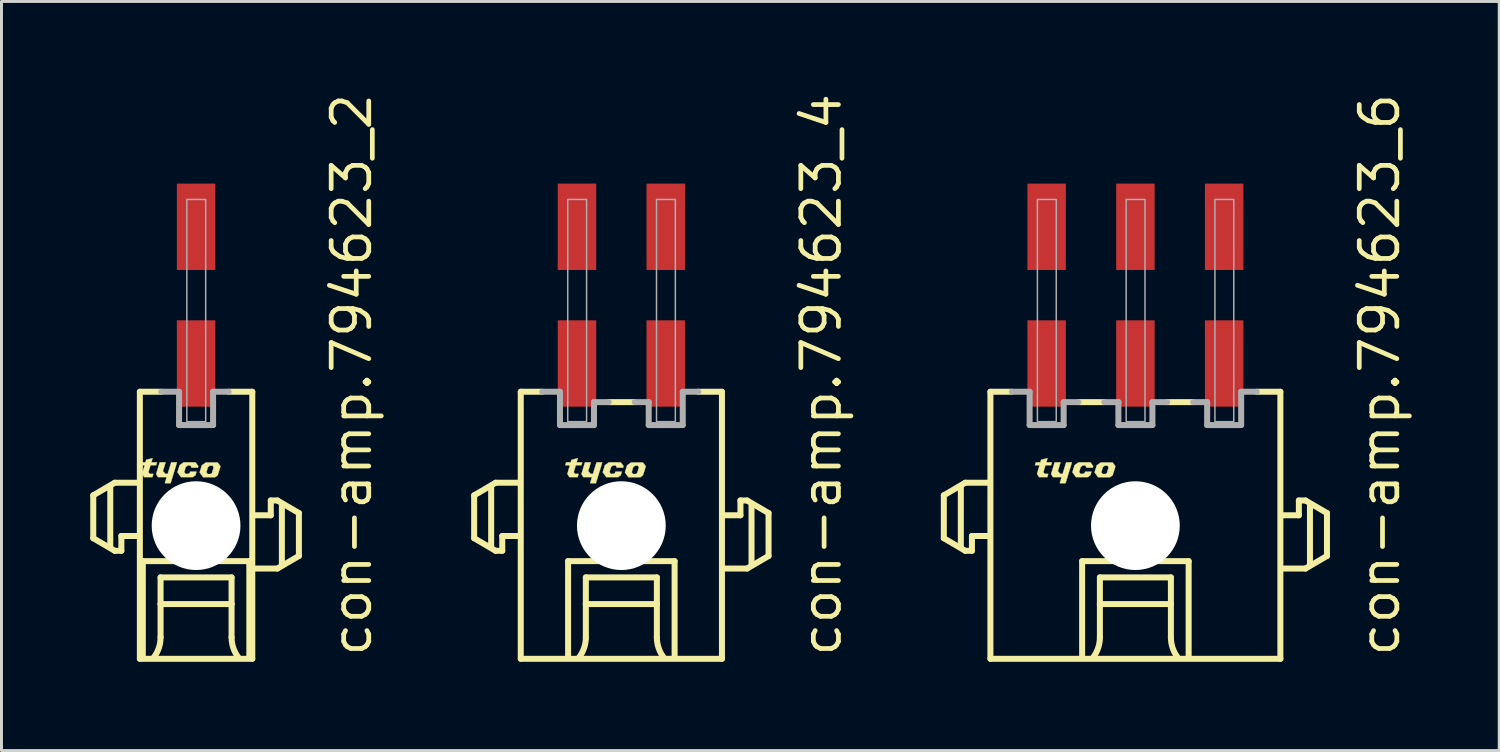
<source format=kicad_pcb>
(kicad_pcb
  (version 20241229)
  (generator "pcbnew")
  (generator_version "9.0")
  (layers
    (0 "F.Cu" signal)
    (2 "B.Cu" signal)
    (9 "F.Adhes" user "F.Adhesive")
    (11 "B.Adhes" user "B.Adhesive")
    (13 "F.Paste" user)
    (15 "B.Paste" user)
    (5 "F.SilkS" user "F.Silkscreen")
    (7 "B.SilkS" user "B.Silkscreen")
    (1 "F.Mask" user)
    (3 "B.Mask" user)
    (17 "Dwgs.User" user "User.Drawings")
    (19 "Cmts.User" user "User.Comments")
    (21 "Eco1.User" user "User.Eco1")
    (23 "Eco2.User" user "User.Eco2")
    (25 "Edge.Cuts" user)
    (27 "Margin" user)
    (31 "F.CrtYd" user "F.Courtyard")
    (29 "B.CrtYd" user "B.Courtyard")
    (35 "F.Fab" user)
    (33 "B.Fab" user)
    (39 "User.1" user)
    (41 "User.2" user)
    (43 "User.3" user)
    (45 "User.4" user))
  (footprint "con-amp.794623_2"
    (layer "F.Cu")
    (at 3.577 14.716)
    (property "Reference" "con-amp.794623_2" (at 6 4.5 90) (layer "F.SilkS") (effects (font (size 1.27 1.27) (thickness 0.16)) (justify left bottom)))
    (attr smd)
    (fp_line (start -3.475 -1.025) (end -3.475 0.425) (stroke (width 0.203) (type default)) (layer "F.SilkS"))
    (fp_line (start -3.475 0.425) (end -2.75 0.85) (stroke (width 0.203) (type default)) (layer "F.SilkS"))
    (fp_line (start -2.9 0.7) (end -2.9 -1.3) (stroke (width 0.203) (type default)) (layer "F.SilkS"))
    (fp_line (start -2.75 -1.45) (end -3.475 -1.025) (stroke (width 0.203) (type default)) (layer "F.SilkS"))
    (fp_line (start -2.75 0.85) (end -2.525 0.85) (stroke (width 0.203) (type default)) (layer "F.SilkS"))
    (fp_line (start -2.525 0.35) (end -2 0.35) (stroke (width 0.203) (type default)) (layer "F.SilkS"))
    (fp_line (start -2.525 0.85) (end -2.525 0.35) (stroke (width 0.203) (type default)) (layer "F.SilkS"))
    (fp_line (start -2 -1.45) (end -2.75 -1.45) (stroke (width 0.203) (type default)) (layer "F.SilkS"))
    (fp_line (start -1.9 -4.525) (end -1.9 4.5) (stroke (width 0.203) (type default)) (layer "F.SilkS"))
    (fp_line (start -1.9 -4.525) (end -1.175 -4.525) (stroke (width 0.203) (type default)) (layer "F.SilkS"))
    (fp_line (start -1.9 4.5) (end 1.9 4.5) (stroke (width 0.203) (type default)) (layer "F.SilkS"))
    (fp_line (start -1.8 1.2) (end 1.8 1.2) (stroke (width 0.203) (type default)) (layer "F.SilkS"))
    (fp_line (start -1.8 4.4) (end -1.8 1.2) (stroke (width 0.203) (type default)) (layer "F.SilkS"))
    (fp_line (start -1.2 1.75) (end -1.2 2.65) (stroke (width 0.203) (type default)) (layer "F.SilkS"))
    (fp_line (start -1.2 2.65) (end -1.2 3.775) (stroke (width 0.203) (type default)) (layer "F.SilkS"))
    (fp_line (start -1.2 2.65) (end 1.2 2.65) (stroke (width 0.203) (type default)) (layer "F.SilkS"))
    (fp_line (start 1.2 1.75) (end -1.2 1.75) (stroke (width 0.203) (type default)) (layer "F.SilkS"))
    (fp_line (start 1.2 2.65) (end 1.2 1.75) (stroke (width 0.203) (type default)) (layer "F.SilkS"))
    (fp_line (start 1.2 2.65) (end 1.2 3.775) (stroke (width 0.203) (type default)) (layer "F.SilkS"))
    (fp_line (start 1.8 1.2) (end 1.8 4.4) (stroke (width 0.203) (type default)) (layer "F.SilkS"))
    (fp_line (start 1.9 -4.525) (end 1.1 -4.525) (stroke (width 0.203) (type default)) (layer "F.SilkS"))
    (fp_line (start 1.9 4.5) (end 1.9 -4.525) (stroke (width 0.203) (type default)) (layer "F.SilkS"))
    (fp_line (start 2 1.45) (end 2.75 1.45) (stroke (width 0.203) (type default)) (layer "F.SilkS"))
    (fp_line (start 2.525 -0.85) (end 2.525 -0.35) (stroke (width 0.203) (type default)) (layer "F.SilkS"))
    (fp_line (start 2.525 -0.35) (end 2 -0.35) (stroke (width 0.203) (type default)) (layer "F.SilkS"))
    (fp_line (start 2.75 -0.85) (end 2.525 -0.85) (stroke (width 0.203) (type default)) (layer "F.SilkS"))
    (fp_line (start 2.75 1.45) (end 3.475 1.025) (stroke (width 0.203) (type default)) (layer "F.SilkS"))
    (fp_line (start 2.9 1.3) (end 2.9 -0.7) (stroke (width 0.203) (type default)) (layer "F.SilkS"))
    (fp_line (start 3.475 -0.425) (end 2.75 -0.85) (stroke (width 0.203) (type default)) (layer "F.SilkS"))
    (fp_line (start 3.475 1.025) (end 3.475 -0.425) (stroke (width 0.203) (type default)) (layer "F.SilkS"))
    (fp_arc (start -1.2 3.775) (mid -1.257731 4.130756) (end -1.425 4.45) (stroke (width 0.2032) (type default)) (layer "F.SilkS"))
    (fp_arc (start 1.425 4.45) (mid 1.257731 4.130756) (end 1.2 3.775) (stroke (width 0.2032) (type default)) (layer "F.SilkS"))
    (fp_poly (pts (xy -1.23 -2.14) (xy -1.03 -2.14) (xy -1.12 -1.845) (xy -1.04 -1.75) (xy -0.96 -1.75) (xy -0.84 -2.14) (xy -0.645 -2.14) (xy -0.86 -1.435) (xy -1.055 -1.435) (xy -0.995 -1.64) (xy -1.285 -1.64) (xy -1.35 -1.74)) (stroke (width 0.01) (type default)) (fill yes) (layer "F.SilkS"))
    (fp_poly (pts (xy -1.865 -2.14) (xy -1.71 -2.14) (xy -1.688 -2.225) (xy -1.47 -2.28) (xy -1.51 -2.14) (xy -1.32 -2.14) (xy -1.35 -2.04) (xy -1.54 -2.04) (xy -1.61 -1.81) (xy -1.565 -1.75) (xy -1.445 -1.75) (xy -1.475 -1.64) (xy -1.755 -1.64) (xy -1.825 -1.75) (xy -1.74 -2.04) (xy -1.895 -2.04)) (stroke (width 0.01) (type default)) (fill yes) (layer "F.SilkS"))
    (fp_poly (pts (xy -0.16 -1.96) (xy 0.06 -1.96) (xy 0.075 -2.01) (xy -0.02 -2.14) (xy -0.42 -2.14) (xy -0.555 -2.045) (xy -0.63 -1.805) (xy -0.51 -1.64) (xy -0.11 -1.64) (xy -0.02 -1.705) (xy 0.015 -1.825) (xy -0.2 -1.825) (xy -0.215 -1.78) (xy -0.26 -1.75) (xy -0.355 -1.75) (xy -0.4 -1.81) (xy -0.35 -1.98) (xy -0.28 -2.035) (xy -0.195 -2.035) (xy -0.155 -1.975)) (stroke (width 0.01) (type default)) (fill yes) (layer "F.SilkS"))
    (fp_poly (pts (xy 0.55 -1.825) (xy 0.77 -1.825) (xy 0.825 -2.005) (xy 0.73 -2.135) (xy 0.33 -2.135) (xy 0.195 -2.04) (xy 0.12 -1.8) (xy 0.24 -1.635) (xy 0.64 -1.635) (xy 0.73 -1.7) (xy 0.77 -1.825) (xy 0.55 -1.82) (xy 0.535 -1.775) (xy 0.49 -1.745) (xy 0.395 -1.745) (xy 0.35 -1.805) (xy 0.4 -1.975) (xy 0.47 -2.03) (xy 0.555 -2.03) (xy 0.595 -1.97)) (stroke (width 0.01) (type default)) (fill yes) (layer "F.SilkS"))
    (fp_line (start -0.575 -4.525) (end -1.175 -4.525) (stroke (width 0.203) (type default)) (layer "F.Fab"))
    (fp_line (start -0.575 -3.4) (end -0.575 -4.525) (stroke (width 0.203) (type default)) (layer "F.Fab"))
    (fp_line (start 0.575 -4.525) (end 0.575 -3.4) (stroke (width 0.203) (type default)) (layer "F.Fab"))
    (fp_line (start 0.575 -3.4) (end -0.575 -3.4) (stroke (width 0.203) (type default)) (layer "F.Fab"))
    (fp_line (start 1.1 -4.525) (end 0.575 -4.525) (stroke (width 0.203) (type default)) (layer "F.Fab"))
    (fp_rect (start -0.312 -3.513) (end 0.325 -11.025) (stroke (width 0.05) (type default)) (fill no) (layer "F.Fab"))
    (pad "" np_thru_hole circle (at 0 0) (size 3 3) (drill 3) (layers "*.Cu" "*.Mask"))
    (pad "1" smd roundrect (at 0 -10.1) (size 1.3 2.92) (layers "F.Cu" "F.Mask" "F.Paste") (roundrect_rratio 0.01))
    (pad "2" smd roundrect (at 0 -5.48) (size 1.3 2.92) (layers "F.Cu" "F.Mask" "F.Paste") (roundrect_rratio 0.01)))
  (footprint "con-amp.794623_6"
    (layer "F.Cu")
    (at 35.325 14.716)
    (property "Reference" "con-amp.794623_6" (at 9 4.5 90) (layer "F.SilkS") (effects (font (size 1.27 1.27) (thickness 0.16)) (justify left bottom)))
    (attr smd)
    (fp_line (start -6.475 -1.025) (end -6.475 0.425) (stroke (width 0.203) (type default)) (layer "F.SilkS"))
    (fp_line (start -6.475 0.425) (end -5.75 0.85) (stroke (width 0.203) (type default)) (layer "F.SilkS"))
    (fp_line (start -5.9 0.7) (end -5.9 -1.3) (stroke (width 0.203) (type default)) (layer "F.SilkS"))
    (fp_line (start -5.75 -1.45) (end -6.475 -1.025) (stroke (width 0.203) (type default)) (layer "F.SilkS"))
    (fp_line (start -5.75 0.85) (end -5.525 0.85) (stroke (width 0.203) (type default)) (layer "F.SilkS"))
    (fp_line (start -5.525 0.35) (end -5 0.35) (stroke (width 0.203) (type default)) (layer "F.SilkS"))
    (fp_line (start -5.525 0.85) (end -5.525 0.35) (stroke (width 0.203) (type default)) (layer "F.SilkS"))
    (fp_line (start -5 -1.45) (end -5.75 -1.45) (stroke (width 0.203) (type default)) (layer "F.SilkS"))
    (fp_line (start -4.9 -4.525) (end -4.9 4.5) (stroke (width 0.203) (type default)) (layer "F.SilkS"))
    (fp_line (start -4.9 -4.525) (end -4.175 -4.525) (stroke (width 0.203) (type default)) (layer "F.SilkS"))
    (fp_line (start -4.9 4.5) (end 4.9 4.5) (stroke (width 0.203) (type default)) (layer "F.SilkS"))
    (fp_line (start -1.8 1.2) (end 1.8 1.2) (stroke (width 0.203) (type default)) (layer "F.SilkS"))
    (fp_line (start -1.8 4.4) (end -1.8 1.2) (stroke (width 0.203) (type default)) (layer "F.SilkS"))
    (fp_line (start -1.2 1.75) (end -1.2 2.65) (stroke (width 0.203) (type default)) (layer "F.SilkS"))
    (fp_line (start -1.2 2.65) (end -1.2 3.775) (stroke (width 0.203) (type default)) (layer "F.SilkS"))
    (fp_line (start -1.2 2.65) (end 1.2 2.65) (stroke (width 0.203) (type default)) (layer "F.SilkS"))
    (fp_line (start -1.05 -4.175) (end -1.925 -4.175) (stroke (width 0.203) (type default)) (layer "F.SilkS"))
    (fp_line (start 1.2 1.75) (end -1.2 1.75) (stroke (width 0.203) (type default)) (layer "F.SilkS"))
    (fp_line (start 1.2 2.65) (end 1.2 1.75) (stroke (width 0.203) (type default)) (layer "F.SilkS"))
    (fp_line (start 1.2 2.65) (end 1.2 3.775) (stroke (width 0.203) (type default)) (layer "F.SilkS"))
    (fp_line (start 1.8 1.2) (end 1.8 4.4) (stroke (width 0.203) (type default)) (layer "F.SilkS"))
    (fp_line (start 1.95 -4.175) (end 1.075 -4.175) (stroke (width 0.203) (type default)) (layer "F.SilkS"))
    (fp_line (start 4.9 -4.525) (end 4.1 -4.525) (stroke (width 0.203) (type default)) (layer "F.SilkS"))
    (fp_line (start 4.9 4.5) (end 4.9 -4.525) (stroke (width 0.203) (type default)) (layer "F.SilkS"))
    (fp_line (start 5 1.45) (end 5.75 1.45) (stroke (width 0.203) (type default)) (layer "F.SilkS"))
    (fp_line (start 5.525 -0.85) (end 5.525 -0.35) (stroke (width 0.203) (type default)) (layer "F.SilkS"))
    (fp_line (start 5.525 -0.35) (end 5 -0.35) (stroke (width 0.203) (type default)) (layer "F.SilkS"))
    (fp_line (start 5.75 -0.85) (end 5.525 -0.85) (stroke (width 0.203) (type default)) (layer "F.SilkS"))
    (fp_line (start 5.75 1.45) (end 6.475 1.025) (stroke (width 0.203) (type default)) (layer "F.SilkS"))
    (fp_line (start 5.9 1.3) (end 5.9 -0.7) (stroke (width 0.203) (type default)) (layer "F.SilkS"))
    (fp_line (start 6.475 -0.425) (end 5.75 -0.85) (stroke (width 0.203) (type default)) (layer "F.SilkS"))
    (fp_line (start 6.475 1.025) (end 6.475 -0.425) (stroke (width 0.203) (type default)) (layer "F.SilkS"))
    (fp_arc (start -1.2 3.775) (mid -1.257731 4.130756) (end -1.425 4.45) (stroke (width 0.2032) (type default)) (layer "F.SilkS"))
    (fp_arc (start 1.425 4.45) (mid 1.257731 4.130756) (end 1.2 3.775) (stroke (width 0.2032) (type default)) (layer "F.SilkS"))
    (fp_poly (pts (xy -2.73 -2.14) (xy -2.53 -2.14) (xy -2.62 -1.845) (xy -2.54 -1.75) (xy -2.46 -1.75) (xy -2.34 -2.14) (xy -2.145 -2.14) (xy -2.36 -1.435) (xy -2.555 -1.435) (xy -2.495 -1.64) (xy -2.785 -1.64) (xy -2.85 -1.74)) (stroke (width 0.01) (type default)) (fill yes) (layer "F.SilkS"))
    (fp_poly (pts (xy -3.365 -2.14) (xy -3.21 -2.14) (xy -3.188 -2.225) (xy -2.97 -2.28) (xy -3.01 -2.14) (xy -2.82 -2.14) (xy -2.85 -2.04) (xy -3.04 -2.04) (xy -3.11 -1.81) (xy -3.065 -1.75) (xy -2.945 -1.75) (xy -2.975 -1.64) (xy -3.255 -1.64) (xy -3.325 -1.75) (xy -3.24 -2.04) (xy -3.395 -2.04)) (stroke (width 0.01) (type default)) (fill yes) (layer "F.SilkS"))
    (fp_poly (pts (xy -1.66 -1.96) (xy -1.44 -1.96) (xy -1.425 -2.01) (xy -1.52 -2.14) (xy -1.92 -2.14) (xy -2.055 -2.045) (xy -2.13 -1.805) (xy -2.01 -1.64) (xy -1.61 -1.64) (xy -1.52 -1.705) (xy -1.485 -1.825) (xy -1.7 -1.825) (xy -1.715 -1.78) (xy -1.76 -1.75) (xy -1.855 -1.75) (xy -1.9 -1.81) (xy -1.85 -1.98) (xy -1.78 -2.035) (xy -1.695 -2.035) (xy -1.655 -1.975)) (stroke (width 0.01) (type default)) (fill yes) (layer "F.SilkS"))
    (fp_poly (pts (xy -0.95 -1.825) (xy -0.73 -1.825) (xy -0.675 -2.005) (xy -0.77 -2.135) (xy -1.17 -2.135) (xy -1.305 -2.04) (xy -1.38 -1.8) (xy -1.26 -1.635) (xy -0.86 -1.635) (xy -0.77 -1.7) (xy -0.73 -1.825) (xy -0.95 -1.82) (xy -0.965 -1.775) (xy -1.01 -1.745) (xy -1.105 -1.745) (xy -1.15 -1.805) (xy -1.1 -1.975) (xy -1.03 -2.03) (xy -0.945 -2.03) (xy -0.905 -1.97)) (stroke (width 0.01) (type default)) (fill yes) (layer "F.SilkS"))
    (fp_line (start -3.575 -4.525) (end -4.175 -4.525) (stroke (width 0.203) (type default)) (layer "F.Fab"))
    (fp_line (start -3.575 -3.4) (end -3.575 -4.525) (stroke (width 0.203) (type default)) (layer "F.Fab"))
    (fp_line (start -2.425 -4.175) (end -2.425 -3.4) (stroke (width 0.203) (type default)) (layer "F.Fab"))
    (fp_line (start -2.425 -3.4) (end -3.575 -3.4) (stroke (width 0.203) (type default)) (layer "F.Fab"))
    (fp_line (start -1.925 -4.175) (end -2.425 -4.175) (stroke (width 0.203) (type default)) (layer "F.Fab"))
    (fp_line (start -0.575 -4.175) (end -1.05 -4.175) (stroke (width 0.203) (type default)) (layer "F.Fab"))
    (fp_line (start -0.575 -3.4) (end -0.575 -4.175) (stroke (width 0.203) (type default)) (layer "F.Fab"))
    (fp_line (start 0.575 -4.175) (end 0.575 -3.4) (stroke (width 0.203) (type default)) (layer "F.Fab"))
    (fp_line (start 0.575 -3.4) (end -0.575 -3.4) (stroke (width 0.203) (type default)) (layer "F.Fab"))
    (fp_line (start 1.075 -4.175) (end 0.575 -4.175) (stroke (width 0.203) (type default)) (layer "F.Fab"))
    (fp_line (start 2.425 -4.175) (end 1.95 -4.175) (stroke (width 0.203) (type default)) (layer "F.Fab"))
    (fp_line (start 2.425 -3.4) (end 2.425 -4.175) (stroke (width 0.203) (type default)) (layer "F.Fab"))
    (fp_line (start 3.575 -4.525) (end 3.575 -3.4) (stroke (width 0.203) (type default)) (layer "F.Fab"))
    (fp_line (start 3.575 -3.4) (end 2.425 -3.4) (stroke (width 0.203) (type default)) (layer "F.Fab"))
    (fp_line (start 4.1 -4.525) (end 3.575 -4.525) (stroke (width 0.203) (type default)) (layer "F.Fab"))
    (fp_rect (start -3.312 -3.513) (end -2.675 -11.025) (stroke (width 0.05) (type default)) (fill no) (layer "F.Fab"))
    (fp_rect (start -0.312 -3.513) (end 0.325 -11.025) (stroke (width 0.05) (type default)) (fill no) (layer "F.Fab"))
    (fp_rect (start 2.688 -3.513) (end 3.325 -11.025) (stroke (width 0.05) (type default)) (fill no) (layer "F.Fab"))
    (pad "" np_thru_hole circle (at 0 0) (size 3 3) (drill 3) (layers "*.Cu" "*.Mask"))
    (pad "1" smd roundrect (at 3 -10.1) (size 1.3 2.92) (layers "F.Cu" "F.Mask" "F.Paste") (roundrect_rratio 0.01))
    (pad "2" smd roundrect (at 3 -5.48) (size 1.3 2.92) (layers "F.Cu" "F.Mask" "F.Paste") (roundrect_rratio 0.01))
    (pad "3" smd roundrect (at 0 -10.1) (size 1.3 2.92) (layers "F.Cu" "F.Mask" "F.Paste") (roundrect_rratio 0.01))
    (pad "4" smd roundrect (at 0 -5.48) (size 1.3 2.92) (layers "F.Cu" "F.Mask" "F.Paste") (roundrect_rratio 0.01))
    (pad "5" smd roundrect (at -3 -10.1) (size 1.3 2.92) (layers "F.Cu" "F.Mask" "F.Paste") (roundrect_rratio 0.01))
    (pad "6" smd roundrect (at -3 -5.48) (size 1.3 2.92) (layers "F.Cu" "F.Mask" "F.Paste") (roundrect_rratio 0.01)))
  (footprint "con-amp.794623_4"
    (layer "F.Cu")
    (at 17.951 14.716)
    (property "Reference" "con-amp.794623_4" (at 7.5 4.5 90) (layer "F.SilkS") (effects (font (size 1.27 1.27) (thickness 0.16)) (justify left bottom)))
    (attr smd)
    (fp_line (start -4.975 -1.025) (end -4.975 0.425) (stroke (width 0.203) (type default)) (layer "F.SilkS"))
    (fp_line (start -4.975 0.425) (end -4.25 0.85) (stroke (width 0.203) (type default)) (layer "F.SilkS"))
    (fp_line (start -4.4 0.7) (end -4.4 -1.3) (stroke (width 0.203) (type default)) (layer "F.SilkS"))
    (fp_line (start -4.25 -1.45) (end -4.975 -1.025) (stroke (width 0.203) (type default)) (layer "F.SilkS"))
    (fp_line (start -4.25 0.85) (end -4.025 0.85) (stroke (width 0.203) (type default)) (layer "F.SilkS"))
    (fp_line (start -4.025 0.35) (end -3.5 0.35) (stroke (width 0.203) (type default)) (layer "F.SilkS"))
    (fp_line (start -4.025 0.85) (end -4.025 0.35) (stroke (width 0.203) (type default)) (layer "F.SilkS"))
    (fp_line (start -3.5 -1.45) (end -4.25 -1.45) (stroke (width 0.203) (type default)) (layer "F.SilkS"))
    (fp_line (start -3.4 -4.525) (end -3.4 4.5) (stroke (width 0.203) (type default)) (layer "F.SilkS"))
    (fp_line (start -3.4 -4.525) (end -2.675 -4.525) (stroke (width 0.203) (type default)) (layer "F.SilkS"))
    (fp_line (start -3.4 4.5) (end 3.4 4.5) (stroke (width 0.203) (type default)) (layer "F.SilkS"))
    (fp_line (start -1.8 1.2) (end 1.8 1.2) (stroke (width 0.203) (type default)) (layer "F.SilkS"))
    (fp_line (start -1.8 4.4) (end -1.8 1.2) (stroke (width 0.203) (type default)) (layer "F.SilkS"))
    (fp_line (start -1.2 1.75) (end -1.2 2.65) (stroke (width 0.203) (type default)) (layer "F.SilkS"))
    (fp_line (start -1.2 2.65) (end -1.2 3.775) (stroke (width 0.203) (type default)) (layer "F.SilkS"))
    (fp_line (start -1.2 2.65) (end 1.2 2.65) (stroke (width 0.203) (type default)) (layer "F.SilkS"))
    (fp_line (start 0.45 -4.175) (end -0.425 -4.175) (stroke (width 0.203) (type default)) (layer "F.SilkS"))
    (fp_line (start 1.2 1.75) (end -1.2 1.75) (stroke (width 0.203) (type default)) (layer "F.SilkS"))
    (fp_line (start 1.2 2.65) (end 1.2 1.75) (stroke (width 0.203) (type default)) (layer "F.SilkS"))
    (fp_line (start 1.2 2.65) (end 1.2 3.775) (stroke (width 0.203) (type default)) (layer "F.SilkS"))
    (fp_line (start 1.8 1.2) (end 1.8 4.4) (stroke (width 0.203) (type default)) (layer "F.SilkS"))
    (fp_line (start 3.4 -4.525) (end 2.6 -4.525) (stroke (width 0.203) (type default)) (layer "F.SilkS"))
    (fp_line (start 3.4 4.5) (end 3.4 -4.525) (stroke (width 0.203) (type default)) (layer "F.SilkS"))
    (fp_line (start 3.5 1.45) (end 4.25 1.45) (stroke (width 0.203) (type default)) (layer "F.SilkS"))
    (fp_line (start 4.025 -0.85) (end 4.025 -0.35) (stroke (width 0.203) (type default)) (layer "F.SilkS"))
    (fp_line (start 4.025 -0.35) (end 3.5 -0.35) (stroke (width 0.203) (type default)) (layer "F.SilkS"))
    (fp_line (start 4.25 -0.85) (end 4.025 -0.85) (stroke (width 0.203) (type default)) (layer "F.SilkS"))
    (fp_line (start 4.25 1.45) (end 4.975 1.025) (stroke (width 0.203) (type default)) (layer "F.SilkS"))
    (fp_line (start 4.4 1.3) (end 4.4 -0.7) (stroke (width 0.203) (type default)) (layer "F.SilkS"))
    (fp_line (start 4.975 -0.425) (end 4.25 -0.85) (stroke (width 0.203) (type default)) (layer "F.SilkS"))
    (fp_line (start 4.975 1.025) (end 4.975 -0.425) (stroke (width 0.203) (type default)) (layer "F.SilkS"))
    (fp_arc (start -1.2 3.775) (mid -1.257731 4.130756) (end -1.425 4.45) (stroke (width 0.2032) (type default)) (layer "F.SilkS"))
    (fp_arc (start 1.425 4.45) (mid 1.257731 4.130756) (end 1.2 3.775) (stroke (width 0.2032) (type default)) (layer "F.SilkS"))
    (fp_poly (pts (xy -1.23 -2.14) (xy -1.03 -2.14) (xy -1.12 -1.845) (xy -1.04 -1.75) (xy -0.96 -1.75) (xy -0.84 -2.14) (xy -0.645 -2.14) (xy -0.86 -1.435) (xy -1.055 -1.435) (xy -0.995 -1.64) (xy -1.285 -1.64) (xy -1.35 -1.74)) (stroke (width 0.01) (type default)) (fill yes) (layer "F.SilkS"))
    (fp_poly (pts (xy -1.865 -2.14) (xy -1.71 -2.14) (xy -1.688 -2.225) (xy -1.47 -2.28) (xy -1.51 -2.14) (xy -1.32 -2.14) (xy -1.35 -2.04) (xy -1.54 -2.04) (xy -1.61 -1.81) (xy -1.565 -1.75) (xy -1.445 -1.75) (xy -1.475 -1.64) (xy -1.755 -1.64) (xy -1.825 -1.75) (xy -1.74 -2.04) (xy -1.895 -2.04)) (stroke (width 0.01) (type default)) (fill yes) (layer "F.SilkS"))
    (fp_poly (pts (xy -0.16 -1.96) (xy 0.06 -1.96) (xy 0.075 -2.01) (xy -0.02 -2.14) (xy -0.42 -2.14) (xy -0.555 -2.045) (xy -0.63 -1.805) (xy -0.51 -1.64) (xy -0.11 -1.64) (xy -0.02 -1.705) (xy 0.015 -1.825) (xy -0.2 -1.825) (xy -0.215 -1.78) (xy -0.26 -1.75) (xy -0.355 -1.75) (xy -0.4 -1.81) (xy -0.35 -1.98) (xy -0.28 -2.035) (xy -0.195 -2.035) (xy -0.155 -1.975)) (stroke (width 0.01) (type default)) (fill yes) (layer "F.SilkS"))
    (fp_poly (pts (xy 0.55 -1.825) (xy 0.77 -1.825) (xy 0.825 -2.005) (xy 0.73 -2.135) (xy 0.33 -2.135) (xy 0.195 -2.04) (xy 0.12 -1.8) (xy 0.24 -1.635) (xy 0.64 -1.635) (xy 0.73 -1.7) (xy 0.77 -1.825) (xy 0.55 -1.82) (xy 0.535 -1.775) (xy 0.49 -1.745) (xy 0.395 -1.745) (xy 0.35 -1.805) (xy 0.4 -1.975) (xy 0.47 -2.03) (xy 0.555 -2.03) (xy 0.595 -1.97)) (stroke (width 0.01) (type default)) (fill yes) (layer "F.SilkS"))
    (fp_line (start -2.075 -4.525) (end -2.675 -4.525) (stroke (width 0.203) (type default)) (layer "F.Fab"))
    (fp_line (start -2.075 -3.4) (end -2.075 -4.525) (stroke (width 0.203) (type default)) (layer "F.Fab"))
    (fp_line (start -0.925 -4.175) (end -0.925 -3.4) (stroke (width 0.203) (type default)) (layer "F.Fab"))
    (fp_line (start -0.925 -3.4) (end -2.075 -3.4) (stroke (width 0.203) (type default)) (layer "F.Fab"))
    (fp_line (start -0.425 -4.175) (end -0.925 -4.175) (stroke (width 0.203) (type default)) (layer "F.Fab"))
    (fp_line (start 0.925 -4.175) (end 0.45 -4.175) (stroke (width 0.203) (type default)) (layer "F.Fab"))
    (fp_line (start 0.925 -3.4) (end 0.925 -4.175) (stroke (width 0.203) (type default)) (layer "F.Fab"))
    (fp_line (start 2.075 -4.525) (end 2.075 -3.4) (stroke (width 0.203) (type default)) (layer "F.Fab"))
    (fp_line (start 2.075 -3.4) (end 0.925 -3.4) (stroke (width 0.203) (type default)) (layer "F.Fab"))
    (fp_line (start 2.6 -4.525) (end 2.075 -4.525) (stroke (width 0.203) (type default)) (layer "F.Fab"))
    (fp_rect (start -1.812 -3.513) (end -1.175 -11.025) (stroke (width 0.05) (type default)) (fill no) (layer "F.Fab"))
    (fp_rect (start 1.188 -3.513) (end 1.825 -11.025) (stroke (width 0.05) (type default)) (fill no) (layer "F.Fab"))
    (pad "" np_thru_hole circle (at 0 0) (size 3 3) (drill 3) (layers "*.Cu" "*.Mask"))
    (pad "1" smd roundrect (at 1.5 -10.1) (size 1.3 2.92) (layers "F.Cu" "F.Mask" "F.Paste") (roundrect_rratio 0.01))
    (pad "2" smd roundrect (at 1.5 -5.48) (size 1.3 2.92) (layers "F.Cu" "F.Mask" "F.Paste") (roundrect_rratio 0.01))
    (pad "3" smd roundrect (at -1.5 -10.1) (size 1.3 2.92) (layers "F.Cu" "F.Mask" "F.Paste") (roundrect_rratio 0.01))
    (pad "4" smd roundrect (at -1.5 -5.48) (size 1.3 2.92) (layers "F.Cu" "F.Mask" "F.Paste") (roundrect_rratio 0.01)))
  (gr_rect
    (start -3 -3)
    (end 47.622 22.317)
    (stroke (width 0.1) (type default))
    (fill no)
    (layer "Edge.Cuts")))
</source>
